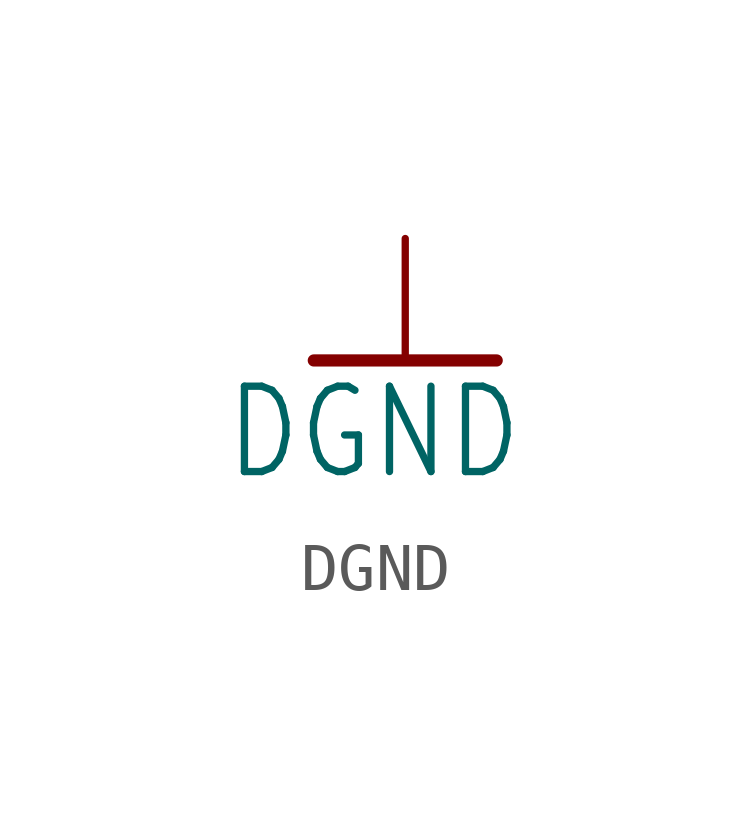
<source format=kicad_sym>
(kicad_symbol_lib
  (version 20201005)
  (generator kicad_symbol_editor)
  (symbol "DGND"
    (power)
    (property "Reference" "#GND"
      (at 0 0 0)
      (effects (font (size 1.27 1.27)) hide))
    (property "Value" "DGND"
      (at -3.81 -2.54 0)
      (effects (font (size 1.778 1.511)) (justify left bottom)))
    (property "ki_locked" ""
      (at 0 0 0)
      (effects (font (size 1.27 1.27))))
    (symbol "DGND_1_0"
      (polyline (pts (xy -1.905 0) (xy 1.905 0)) (stroke (width 0.254)) (fill (type none)))
      (pin power_in line (at 0 2.54 270) (length 2.54) (name "DGND" (effects (font (size 0 0)))) (number "1" (effects (font (size 0 0))))))))
</source>
